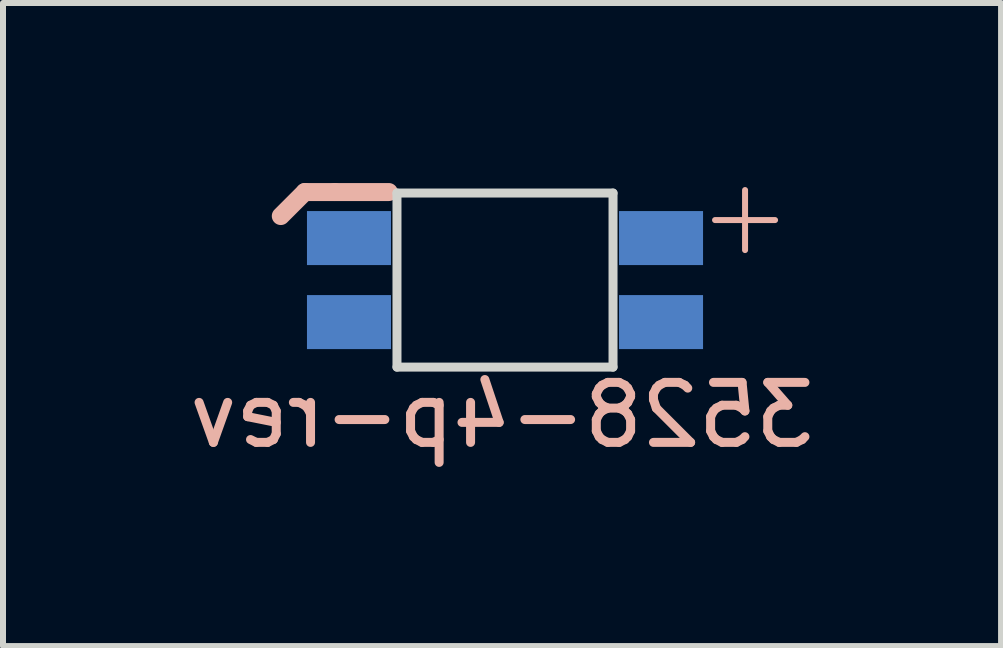
<source format=kicad_pcb>
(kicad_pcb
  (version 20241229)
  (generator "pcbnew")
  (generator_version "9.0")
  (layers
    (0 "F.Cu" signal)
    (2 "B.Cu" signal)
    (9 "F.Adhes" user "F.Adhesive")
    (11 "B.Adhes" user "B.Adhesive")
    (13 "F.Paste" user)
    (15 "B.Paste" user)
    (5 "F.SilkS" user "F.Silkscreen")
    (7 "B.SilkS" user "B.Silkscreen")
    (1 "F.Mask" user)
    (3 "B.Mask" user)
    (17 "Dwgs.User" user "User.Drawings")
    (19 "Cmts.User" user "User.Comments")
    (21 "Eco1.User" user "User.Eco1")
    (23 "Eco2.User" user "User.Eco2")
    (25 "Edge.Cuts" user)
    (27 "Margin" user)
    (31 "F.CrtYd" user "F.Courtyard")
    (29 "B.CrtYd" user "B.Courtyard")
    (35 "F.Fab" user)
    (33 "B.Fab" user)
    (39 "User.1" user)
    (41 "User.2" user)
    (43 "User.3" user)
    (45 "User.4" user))
  (footprint "3528-4p-rev"
    (layer "F.Cu")
    (at 5.365 1.617)
    (property "Reference" "3528-4p-rev" (at -0.05 2.25 0) (layer "B.SilkS") (effects (font (size 1 1) (thickness 0.15)) (justify mirror)))
    (attr smd)
    (fp_line (start -3.336 -1.467) (end -3.736 -1.067) (stroke (width 0.3) (type solid)) (layer "B.SilkS"))
    (fp_line (start -2.836 -1.467) (end -3.336 -1.467) (stroke (width 0.3) (type solid)) (layer "B.SilkS"))
    (fp_line (start -2.836 -1.467) (end -1.936 -1.467) (stroke (width 0.3) (type solid)) (layer "B.SilkS"))
    (fp_line (start 3.5 -1) (end 4.5 -1) (stroke (width 0.1) (type solid)) (layer "B.SilkS"))
    (fp_line (start 4 -1.5) (end 4 -0.5) (stroke (width 0.1) (type solid)) (layer "B.SilkS"))
    (fp_line (start -1.8 -1.45) (end -1.8 1.45) (stroke (width 0.15) (type solid)) (layer "Edge.Cuts"))
    (fp_line (start -1.8 1.45) (end 1.8 1.45) (stroke (width 0.15) (type solid)) (layer "Edge.Cuts"))
    (fp_line (start 1.8 -1.45) (end -1.8 -1.45) (stroke (width 0.15) (type solid)) (layer "Edge.Cuts"))
    (fp_line (start 1.8 1.45) (end 1.8 -1.45) (stroke (width 0.15) (type solid)) (layer "Edge.Cuts"))
    (pad "1" smd rect (at 2.6 -0.7) (size 1.4 0.9) (layers "B.Cu" "B.Mask" "B.Paste"))
    (pad "4" smd rect (at 2.6 0.7) (size 1.4 0.9) (layers "B.Cu" "B.Mask" "B.Paste"))
    (pad "5" smd rect (at -2.6 -0.7) (size 1.4 0.9) (layers "B.Cu" "B.Mask" "B.Paste"))
    (pad "6" smd rect (at -2.6 0.7) (size 1.4 0.9) (layers "B.Cu" "B.Mask" "B.Paste")))
  (gr_rect
    (start -3 -3)
    (end 13.631 7.716)
    (stroke (width 0.1) (type default))
    (fill no)
    (layer "Edge.Cuts")))
</source>
